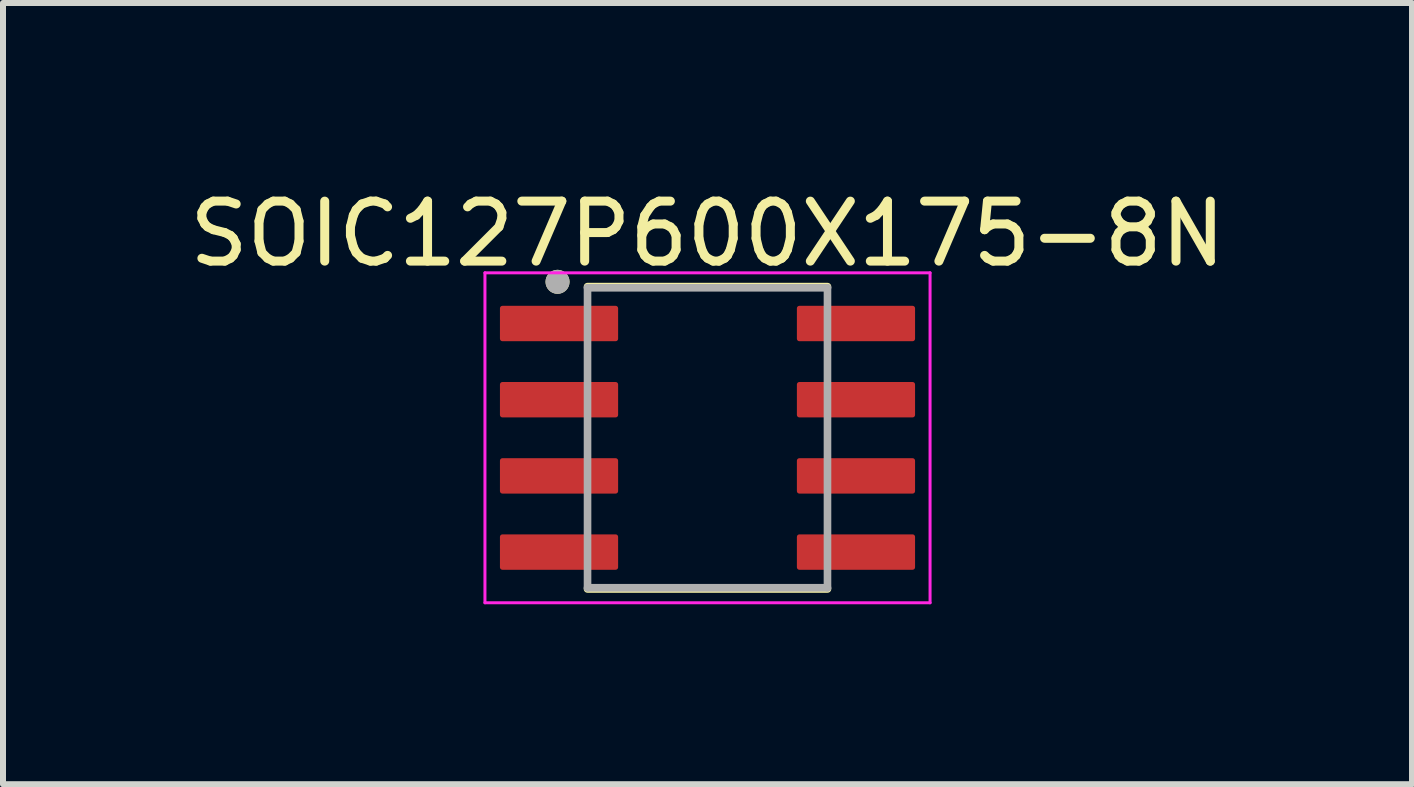
<source format=kicad_pcb>
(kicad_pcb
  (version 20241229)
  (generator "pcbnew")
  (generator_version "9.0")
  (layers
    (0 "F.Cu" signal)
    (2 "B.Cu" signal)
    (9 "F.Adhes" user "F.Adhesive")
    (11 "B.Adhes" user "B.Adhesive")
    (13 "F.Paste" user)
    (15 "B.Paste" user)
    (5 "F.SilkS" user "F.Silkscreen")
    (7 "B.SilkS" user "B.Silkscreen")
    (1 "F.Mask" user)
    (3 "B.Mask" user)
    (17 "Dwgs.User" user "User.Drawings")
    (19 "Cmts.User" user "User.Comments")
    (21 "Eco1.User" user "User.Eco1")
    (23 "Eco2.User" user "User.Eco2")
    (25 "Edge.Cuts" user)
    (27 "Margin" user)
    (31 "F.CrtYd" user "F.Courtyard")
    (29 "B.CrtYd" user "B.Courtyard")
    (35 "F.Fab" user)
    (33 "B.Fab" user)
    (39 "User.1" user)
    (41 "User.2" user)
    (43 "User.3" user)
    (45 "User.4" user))
  (footprint "SOIC127P600X175-8N"
    (layer "F.Cu")
    (at 8.744 4.248)
    (property "Reference" "SOIC127P600X175-8N" (at 0 -3.4 0) (layer "F.SilkS") (effects (font (size 1 1) (thickness 0.15))))
    (attr smd)
    (fp_line (start -2 -2.52) (end 2 -2.52) (stroke (width 0.127) (type solid)) (layer "F.SilkS"))
    (fp_line (start -2 2.52) (end 2 2.52) (stroke (width 0.127) (type solid)) (layer "F.SilkS"))
    (fp_circle (center -2.5 -2.6) (end -2.4 -2.6) (stroke (width 0.2) (type solid)) (fill no) (layer "F.SilkS"))
    (fp_line (start -3.71 -2.75) (end -3.71 2.75) (stroke (width 0.05) (type solid)) (layer "F.CrtYd"))
    (fp_line (start -3.71 -2.75) (end 3.71 -2.75) (stroke (width 0.05) (type solid)) (layer "F.CrtYd"))
    (fp_line (start -3.71 2.75) (end 3.71 2.75) (stroke (width 0.05) (type solid)) (layer "F.CrtYd"))
    (fp_line (start 3.71 -2.75) (end 3.71 2.75) (stroke (width 0.05) (type solid)) (layer "F.CrtYd"))
    (fp_line (start -2 -2.5) (end -2 2.5) (stroke (width 0.127) (type solid)) (layer "F.Fab"))
    (fp_line (start -2 -2.5) (end 2 -2.5) (stroke (width 0.127) (type solid)) (layer "F.Fab"))
    (fp_line (start -2 2.5) (end 2 2.5) (stroke (width 0.127) (type solid)) (layer "F.Fab"))
    (fp_line (start 2 -2.5) (end 2 2.5) (stroke (width 0.127) (type solid)) (layer "F.Fab"))
    (fp_circle (center -2.5 -2.6) (end -2.4 -2.6) (stroke (width 0.2) (type solid)) (fill no) (layer "F.Fab"))
    (pad "1" smd roundrect (at -2.475 -1.905) (size 1.97 0.59) (layers "F.Cu" "F.Mask" "F.Paste") (roundrect_rratio 0.07))
    (pad "2" smd roundrect (at -2.475 -0.635) (size 1.97 0.59) (layers "F.Cu" "F.Mask" "F.Paste") (roundrect_rratio 0.07))
    (pad "3" smd roundrect (at -2.475 0.635) (size 1.97 0.59) (layers "F.Cu" "F.Mask" "F.Paste") (roundrect_rratio 0.07))
    (pad "4" smd roundrect (at -2.475 1.905) (size 1.97 0.59) (layers "F.Cu" "F.Mask" "F.Paste") (roundrect_rratio 0.07))
    (pad "5" smd roundrect (at 2.475 1.905) (size 1.97 0.59) (layers "F.Cu" "F.Mask" "F.Paste") (roundrect_rratio 0.07))
    (pad "6" smd roundrect (at 2.475 0.635) (size 1.97 0.59) (layers "F.Cu" "F.Mask" "F.Paste") (roundrect_rratio 0.07))
    (pad "7" smd roundrect (at 2.475 -0.635) (size 1.97 0.59) (layers "F.Cu" "F.Mask" "F.Paste") (roundrect_rratio 0.07))
    (pad "8" smd roundrect (at 2.475 -1.905) (size 1.97 0.59) (layers "F.Cu" "F.Mask" "F.Paste") (roundrect_rratio 0.07)))
  (gr_rect
    (start -3 -3)
    (end 20.488 10.023)
    (stroke (width 0.1) (type default))
    (fill no)
    (layer "Edge.Cuts")))
</source>
